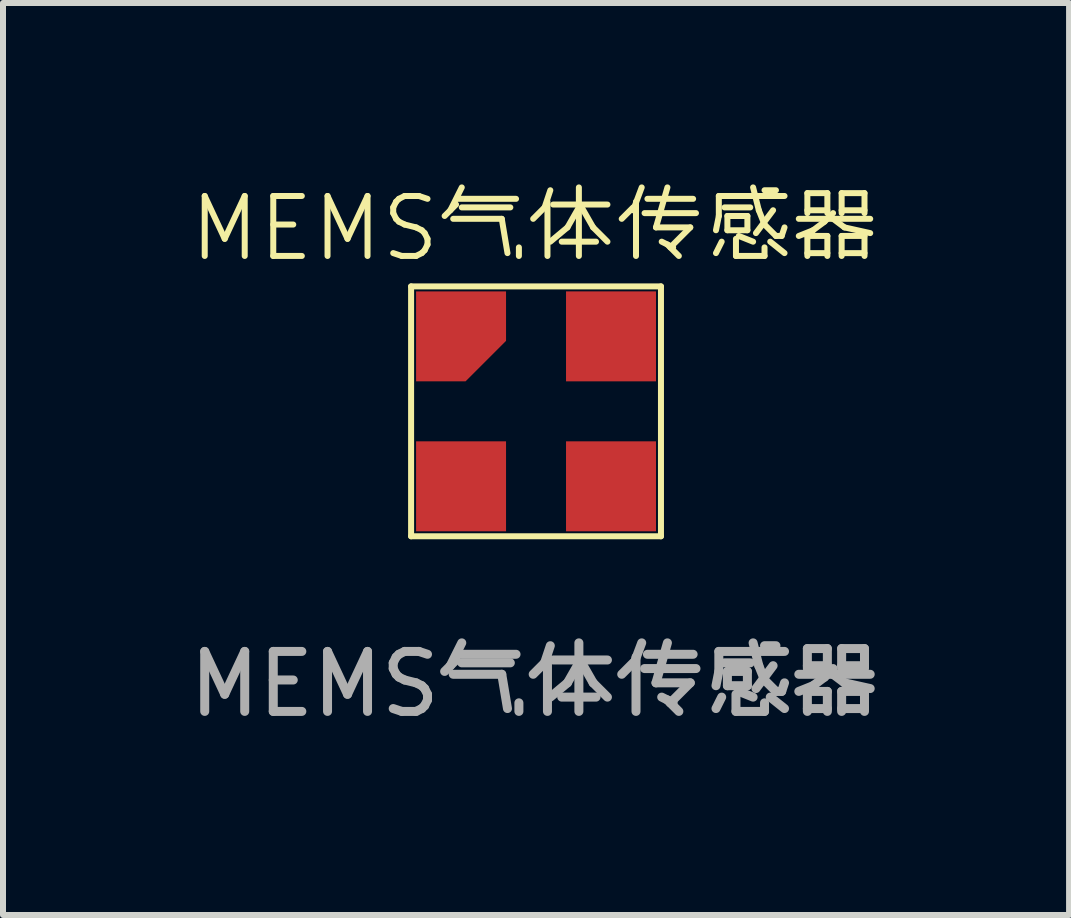
<source format=kicad_pcb>
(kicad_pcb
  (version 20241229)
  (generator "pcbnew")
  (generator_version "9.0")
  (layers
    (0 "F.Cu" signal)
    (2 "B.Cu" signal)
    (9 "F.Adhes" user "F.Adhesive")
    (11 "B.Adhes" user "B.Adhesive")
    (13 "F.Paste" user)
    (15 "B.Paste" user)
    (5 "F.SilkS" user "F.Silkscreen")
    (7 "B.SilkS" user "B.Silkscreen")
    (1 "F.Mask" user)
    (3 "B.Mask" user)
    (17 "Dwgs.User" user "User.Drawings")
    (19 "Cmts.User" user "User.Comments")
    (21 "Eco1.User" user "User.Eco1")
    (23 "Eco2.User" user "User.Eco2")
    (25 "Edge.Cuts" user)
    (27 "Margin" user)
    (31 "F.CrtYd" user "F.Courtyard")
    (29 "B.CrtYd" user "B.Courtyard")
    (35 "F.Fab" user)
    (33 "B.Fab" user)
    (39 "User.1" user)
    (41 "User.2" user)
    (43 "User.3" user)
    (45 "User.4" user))
  (footprint "MEMS气体传感器"
    (layer "F.Cu")
    (at 5.887 3.808)
    (property "Reference" "MEMS气体传感器" (at 0 -3.048 0) (unlocked yes) (layer "F.SilkS") (effects (font (size 1 1) (thickness 0.1))))
    (attr smd)
    (fp_line (start -2.083 -2.083) (end 2.083 -2.083) (stroke (width 0.1) (type default)) (layer "F.SilkS"))
    (fp_line (start -2.083 2.083) (end -2.083 -2.083) (stroke (width 0.1) (type default)) (layer "F.SilkS"))
    (fp_line (start 2.083 -2.083) (end 2.083 2.083) (stroke (width 0.1) (type default)) (layer "F.SilkS"))
    (fp_line (start 2.083 2.083) (end -2.083 2.083) (stroke (width 0.1) (type default)) (layer "F.SilkS"))
    (fp_text user "${REFERENCE}" (at 0 4.548 0) (unlocked yes) (layer "F.Fab") (effects (font (size 1 1) (thickness 0.15))))
    (pad "1" smd roundrect (at -1.25 -1.25 180) (size 1.5 1.5) (layers "F.Cu" "F.Mask" "F.Paste") (roundrect_rratio 0) (chamfer_ratio 0.45) (chamfer top_left))
    (pad "2" smd rect (at -1.25 1.25 180) (size 1.5 1.5) (layers "F.Cu" "F.Mask" "F.Paste"))
    (pad "3" smd rect (at 1.25 1.25 180) (size 1.5 1.5) (layers "F.Cu" "F.Mask" "F.Paste"))
    (pad "4" smd rect (at 1.25 -1.25 180) (size 1.5 1.5) (layers "F.Cu" "F.Mask" "F.Paste")))
  (gr_rect
    (start -3 -3)
    (end 14.774 12.205)
    (stroke (width 0.1) (type default))
    (fill no)
    (layer "Edge.Cuts")))
</source>
